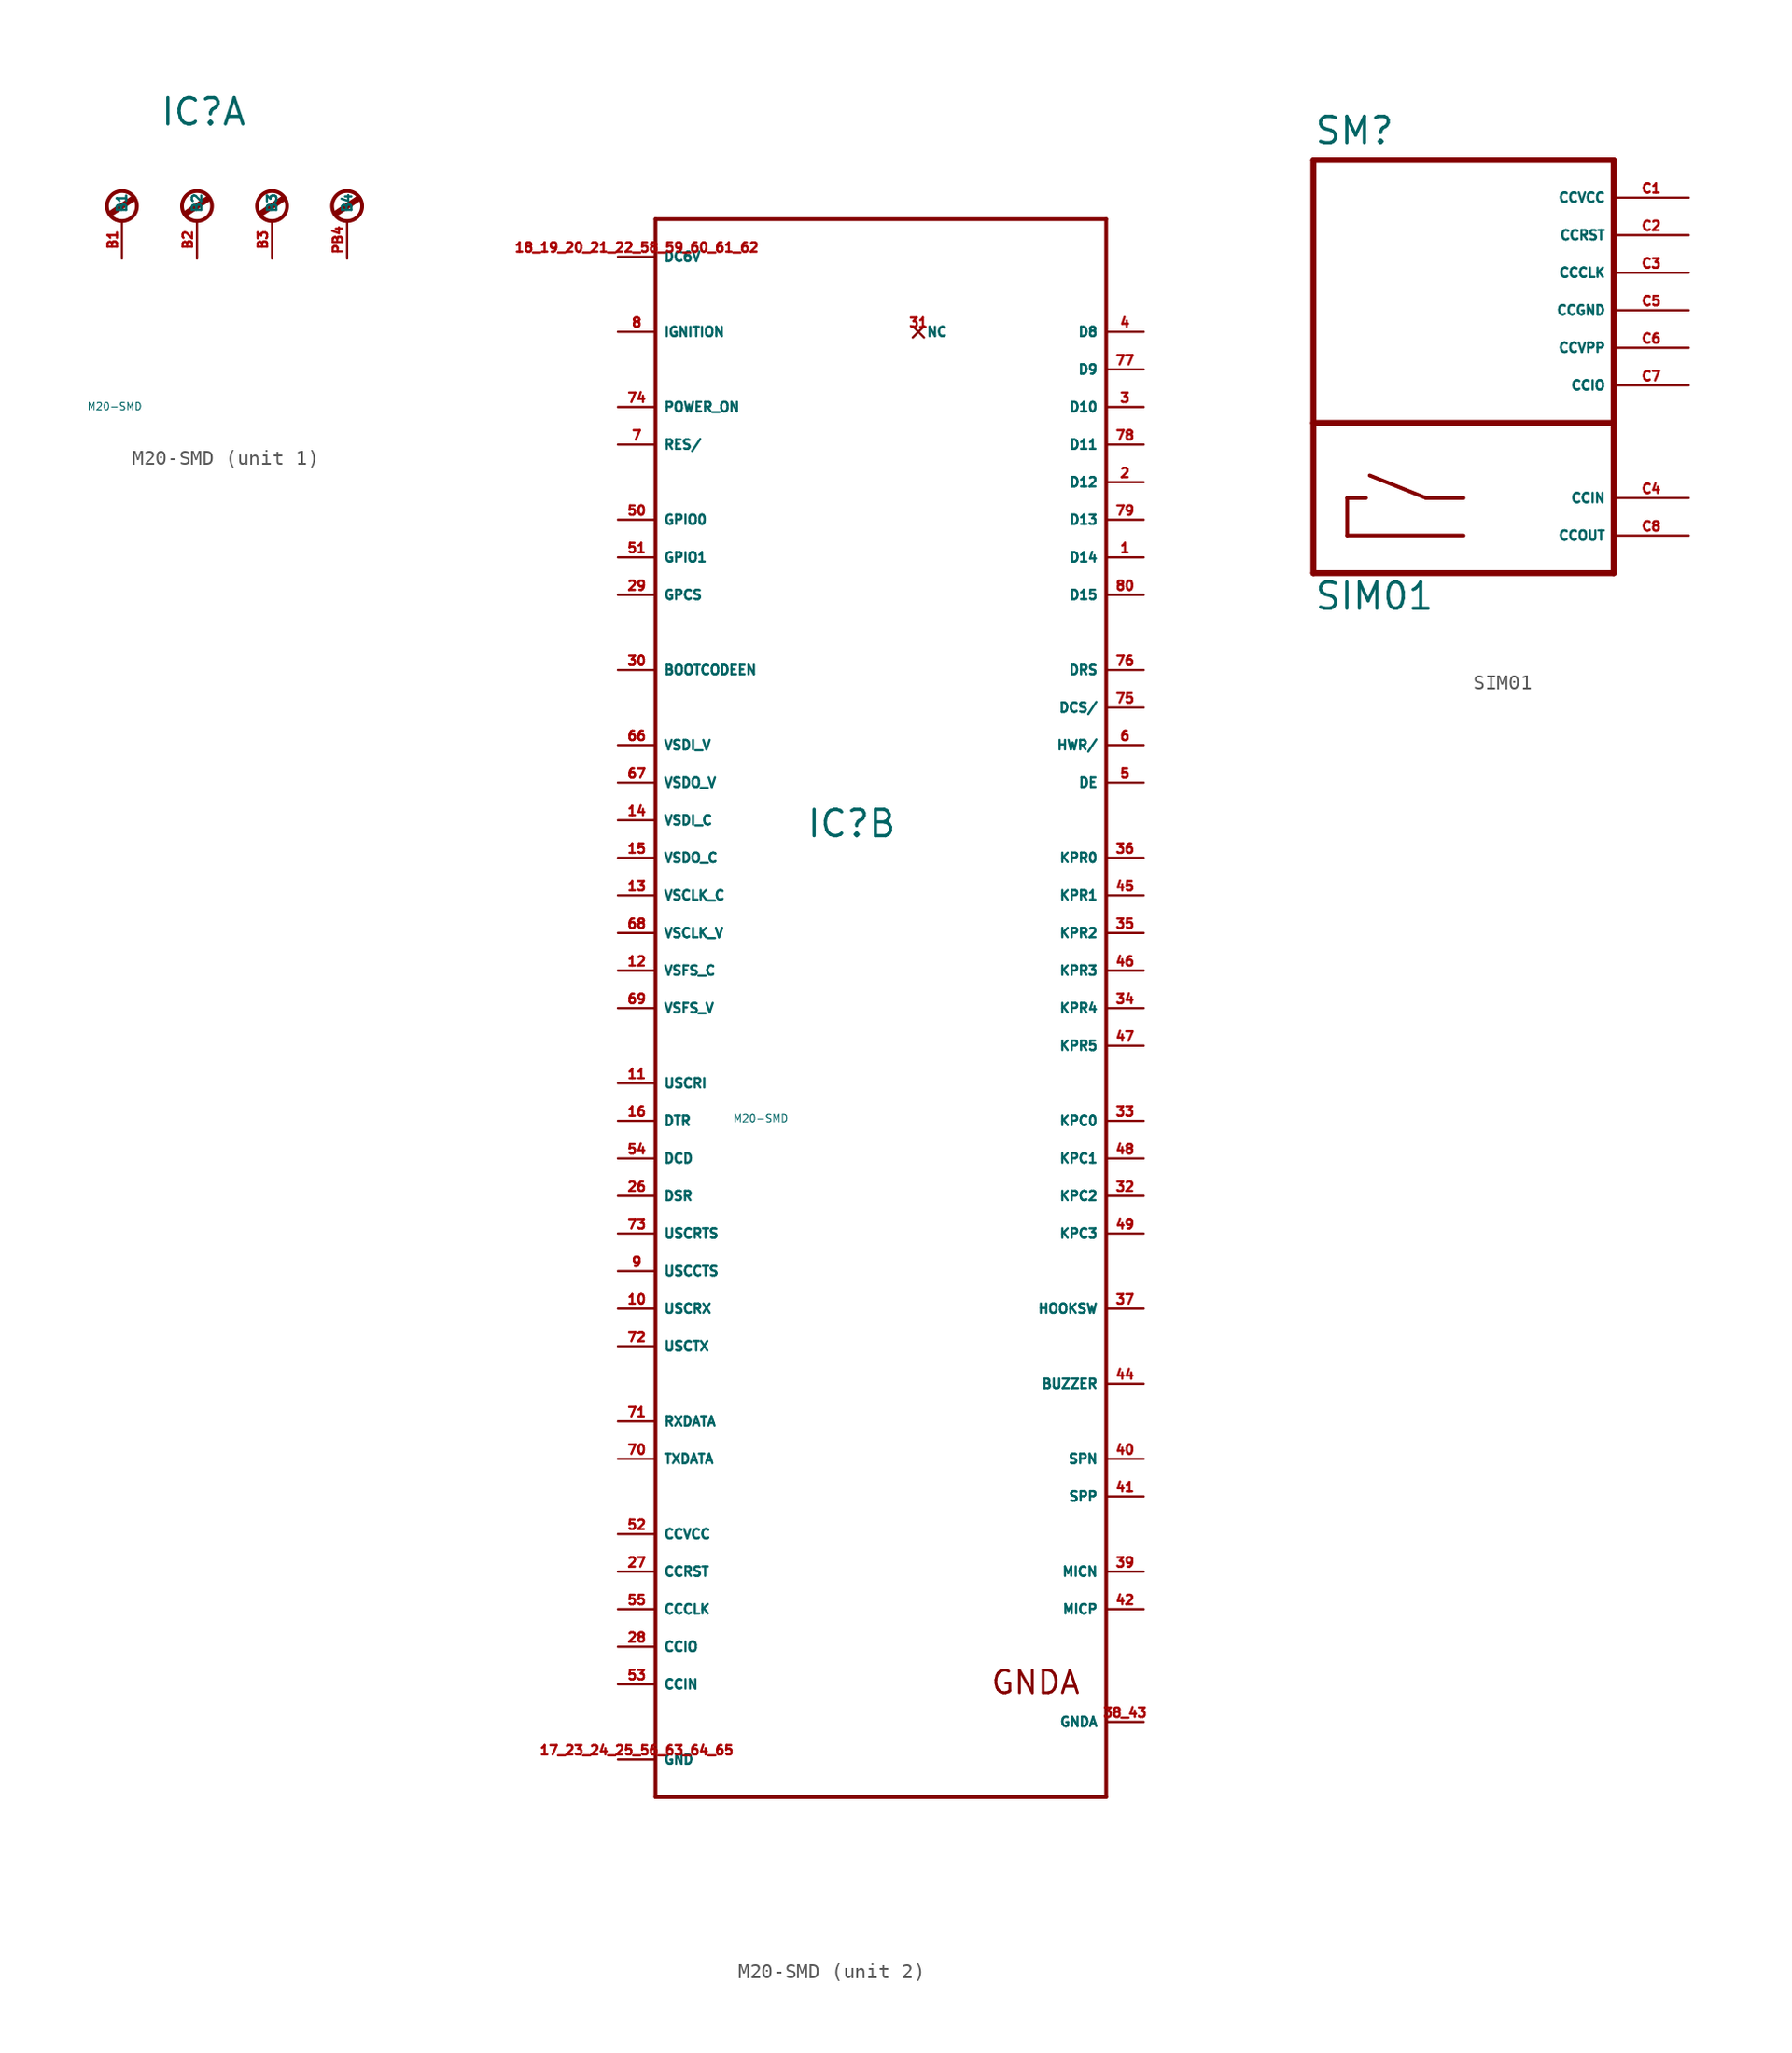
<source format=kicad_sym>
(kicad_symbol_lib
  (version 20220914)
  (generator Eagle2Kicad)
  (symbol "M20-SMD"
    (property "Reference" "IC"
      (at -5.08 8.89 0)
      (effects (font (size 1.778 1.778) (thickness 0.22)) (justify left bottom)))
    (property "Value" "M20-SMD"
      (at -10 -10 0)
      (effects (font (size 0.5 0.5) (thickness 0.06)) (justify left)))
    (symbol "M20-SMD_1_0"
      (polyline (pts (xy -8.382 3.048) (xy -6.858 4.064)) (stroke (width 0.406) (type default)) (fill (type none)))
      (polyline (pts (xy -3.302 3.048) (xy -1.778 4.064)) (stroke (width 0.406) (type default)) (fill (type none)))
      (polyline (pts (xy 1.778 3.048) (xy 3.302 4.064)) (stroke (width 0.406) (type default)) (fill (type none)))
      (polyline (pts (xy 6.858 3.048) (xy 8.382 4.064)) (stroke (width 0.406) (type default)) (fill (type none)))
      (circle (center -7.62 3.556) (radius 1.016) (stroke (width 0.254) (type default)) (fill (type none)))
      (circle (center -2.54 3.556) (radius 1.016) (stroke (width 0.254) (type default)) (fill (type none)))
      (circle (center 2.54 3.556) (radius 1.016) (stroke (width 0.254) (type default)) (fill (type none)))
      (circle (center 7.62 3.556) (radius 1.016) (stroke (width 0.254) (type default)) (fill (type none)))
      (pin passive line (at -7.62 0 90) (length 2.54) (name "B1" (effects (font (size 0.635 0.635) (thickness 0.08)) (justify left bottom))) (number "B1" (effects (font (size 0.635 0.635) (thickness 0.08)) (justify left bottom))))
      (pin passive line (at -2.54 0 90) (length 2.54) (name "B2" (effects (font (size 0.635 0.635) (thickness 0.08)) (justify left bottom))) (number "B2" (effects (font (size 0.635 0.635) (thickness 0.08)) (justify left bottom))))
      (pin passive line (at 2.54 0 90) (length 2.54) (name "B3" (effects (font (size 0.635 0.635) (thickness 0.08)) (justify left bottom))) (number "B3" (effects (font (size 0.635 0.635) (thickness 0.08)) (justify left bottom))))
      (pin passive line (at 7.62 0 90) (length 2.54) (name "B4" (effects (font (size 0.635 0.635) (thickness 0.08)) (justify left bottom))) (number "PB4" (effects (font (size 0.635 0.635) (thickness 0.08)) (justify left bottom)))))
    (symbol "M20-SMD_2_0"
      (polyline (pts (xy -15.24 50.8) (xy 15.24 50.8)) (stroke (width 0.254) (type default)) (fill (type none)))
      (polyline (pts (xy 15.24 50.8) (xy 15.24 -55.88)) (stroke (width 0.254) (type default)) (fill (type none)))
      (polyline (pts (xy 15.24 -55.88) (xy -15.24 -55.88)) (stroke (width 0.254) (type default)) (fill (type none)))
      (polyline (pts (xy -15.24 -55.88) (xy -15.24 50.8)) (stroke (width 0.254) (type default)) (fill (type none)))
      (text "GNDA" (at 7.366 -49.022 0) (effects (font (size 1.524 1.524) (thickness 0.19)) (justify left bottom)))
      (pin input line (at -17.78 27.94 0) (length 2.54) (name "GPIO1" (effects (font (size 0.635 0.635) (thickness 0.08)) (justify left bottom))) (number "51" (effects (font (size 0.635 0.635) (thickness 0.08)) (justify left bottom))))
      (pin input line (at -17.78 30.48 0) (length 2.54) (name "GPIO0" (effects (font (size 0.635 0.635) (thickness 0.08)) (justify left bottom))) (number "50" (effects (font (size 0.635 0.635) (thickness 0.08)) (justify left bottom))))
      (pin input line (at -17.78 20.32 0) (length 2.54) (name "BOOTCODEEN" (effects (font (size 0.635 0.635) (thickness 0.08)) (justify left bottom))) (number "30" (effects (font (size 0.635 0.635) (thickness 0.08)) (justify left bottom))))
      (pin output line (at 17.78 -35.56 180) (length 2.54) (name "SPP" (effects (font (size 0.635 0.635) (thickness 0.08)) (justify left bottom))) (number "41" (effects (font (size 0.635 0.635) (thickness 0.08)) (justify left bottom))))
      (pin output line (at 17.78 -33.02 180) (length 2.54) (name "SPN" (effects (font (size 0.635 0.635) (thickness 0.08)) (justify left bottom))) (number "40" (effects (font (size 0.635 0.635) (thickness 0.08)) (justify left bottom))))
      (pin input line (at 17.78 -43.18 180) (length 2.54) (name "MICP" (effects (font (size 0.635 0.635) (thickness 0.08)) (justify left bottom))) (number "42" (effects (font (size 0.635 0.635) (thickness 0.08)) (justify left bottom))))
      (pin input line (at 17.78 -40.64 180) (length 2.54) (name "MICN" (effects (font (size 0.635 0.635) (thickness 0.08)) (justify left bottom))) (number "39" (effects (font (size 0.635 0.635) (thickness 0.08)) (justify left bottom))))
      (pin input line (at 17.78 -22.86 180) (length 2.54) (name "HOOKSW" (effects (font (size 0.635 0.635) (thickness 0.08)) (justify left bottom))) (number "37" (effects (font (size 0.635 0.635) (thickness 0.08)) (justify left bottom))))
      (pin input line (at -17.78 15.24 0) (length 2.54) (name "VSDI_V" (effects (font (size 0.635 0.635) (thickness 0.08)) (justify left bottom))) (number "66" (effects (font (size 0.635 0.635) (thickness 0.08)) (justify left bottom))))
      (pin output line (at -17.78 7.62 0) (length 2.54) (name "VSDO_C" (effects (font (size 0.635 0.635) (thickness 0.08)) (justify left bottom))) (number "15" (effects (font (size 0.635 0.635) (thickness 0.08)) (justify left bottom))))
      (pin output line (at -17.78 12.7 0) (length 2.54) (name "VSDO_V" (effects (font (size 0.635 0.635) (thickness 0.08)) (justify left bottom))) (number "67" (effects (font (size 0.635 0.635) (thickness 0.08)) (justify left bottom))))
      (pin input line (at -17.78 10.16 0) (length 2.54) (name "VSDI_C" (effects (font (size 0.635 0.635) (thickness 0.08)) (justify left bottom))) (number "14" (effects (font (size 0.635 0.635) (thickness 0.08)) (justify left bottom))))
      (pin output line (at -17.78 2.54 0) (length 2.54) (name "VSCLK_V" (effects (font (size 0.635 0.635) (thickness 0.08)) (justify left bottom))) (number "68" (effects (font (size 0.635 0.635) (thickness 0.08)) (justify left bottom))))
      (pin input line (at -17.78 5.08 0) (length 2.54) (name "VSCLK_C" (effects (font (size 0.635 0.635) (thickness 0.08)) (justify left bottom))) (number "13" (effects (font (size 0.635 0.635) (thickness 0.08)) (justify left bottom))))
      (pin output line (at -17.78 -2.54 0) (length 2.54) (name "VSFS_V" (effects (font (size 0.635 0.635) (thickness 0.08)) (justify left bottom))) (number "69" (effects (font (size 0.635 0.635) (thickness 0.08)) (justify left bottom))))
      (pin input line (at -17.78 0 0) (length 2.54) (name "VSFS_C" (effects (font (size 0.635 0.635) (thickness 0.08)) (justify left bottom))) (number "12" (effects (font (size 0.635 0.635) (thickness 0.08)) (justify left bottom))))
      (pin bidirectional line (at -17.78 -45.72 0) (length 2.54) (name "CCIO" (effects (font (size 0.635 0.635) (thickness 0.08)) (justify left bottom))) (number "28" (effects (font (size 0.635 0.635) (thickness 0.08)) (justify left bottom))))
      (pin output line (at -17.78 -40.64 0) (length 2.54) (name "CCRST" (effects (font (size 0.635 0.635) (thickness 0.08)) (justify left bottom))) (number "27" (effects (font (size 0.635 0.635) (thickness 0.08)) (justify left bottom))))
      (pin output line (at -17.78 -43.18 0) (length 2.54) (name "CCCLK" (effects (font (size 0.635 0.635) (thickness 0.08)) (justify left bottom))) (number "55" (effects (font (size 0.635 0.635) (thickness 0.08)) (justify left bottom))))
      (pin input line (at -17.78 -48.26 0) (length 2.54) (name "CCIN" (effects (font (size 0.635 0.635) (thickness 0.08)) (justify left bottom))) (number "53" (effects (font (size 0.635 0.635) (thickness 0.08)) (justify left bottom))))
      (pin output line (at -17.78 -38.1 0) (length 2.54) (name "CCVCC" (effects (font (size 0.635 0.635) (thickness 0.08)) (justify left bottom))) (number "52" (effects (font (size 0.635 0.635) (thickness 0.08)) (justify left bottom))))
      (pin output line (at -17.78 -7.62 0) (length 2.54) (name "USCRI" (effects (font (size 0.635 0.635) (thickness 0.08)) (justify left bottom))) (number "11" (effects (font (size 0.635 0.635) (thickness 0.08)) (justify left bottom))))
      (pin input line (at -17.78 -30.48 0) (length 2.54) (name "RXDATA" (effects (font (size 0.635 0.635) (thickness 0.08)) (justify left bottom))) (number "71" (effects (font (size 0.635 0.635) (thickness 0.08)) (justify left bottom))))
      (pin output line (at -17.78 -12.7 0) (length 2.54) (name "DCD" (effects (font (size 0.635 0.635) (thickness 0.08)) (justify left bottom))) (number "54" (effects (font (size 0.635 0.635) (thickness 0.08)) (justify left bottom))))
      (pin input line (at -17.78 -10.16 0) (length 2.54) (name "DTR" (effects (font (size 0.635 0.635) (thickness 0.08)) (justify left bottom))) (number "16" (effects (font (size 0.635 0.635) (thickness 0.08)) (justify left bottom))))
      (pin input line (at -17.78 -20.32 0) (length 2.54) (name "USCCTS" (effects (font (size 0.635 0.635) (thickness 0.08)) (justify left bottom))) (number "9" (effects (font (size 0.635 0.635) (thickness 0.08)) (justify left bottom))))
      (pin output line (at -17.78 -17.78 0) (length 2.54) (name "USCRTS" (effects (font (size 0.635 0.635) (thickness 0.08)) (justify left bottom))) (number "73" (effects (font (size 0.635 0.635) (thickness 0.08)) (justify left bottom))))
      (pin output line (at -17.78 -25.4 0) (length 2.54) (name "USCTX" (effects (font (size 0.635 0.635) (thickness 0.08)) (justify left bottom))) (number "72" (effects (font (size 0.635 0.635) (thickness 0.08)) (justify left bottom))))
      (pin input line (at -17.78 -22.86 0) (length 2.54) (name "USCRX" (effects (font (size 0.635 0.635) (thickness 0.08)) (justify left bottom))) (number "10" (effects (font (size 0.635 0.635) (thickness 0.08)) (justify left bottom))))
      (pin output line (at -17.78 38.1 0) (length 2.54) (name "POWER_ON" (effects (font (size 0.635 0.635) (thickness 0.08)) (justify left bottom))) (number "74" (effects (font (size 0.635 0.635) (thickness 0.08)) (justify left bottom))))
      (pin input line (at -17.78 43.18 0) (length 2.54) (name "IGNITION" (effects (font (size 0.635 0.635) (thickness 0.08)) (justify left bottom))) (number "8" (effects (font (size 0.635 0.635) (thickness 0.08)) (justify left bottom))))
      (pin output line (at -17.78 35.56 0) (length 2.54) (name "RES/" (effects (font (size 0.635 0.635) (thickness 0.08)) (justify left bottom))) (number "7" (effects (font (size 0.635 0.635) (thickness 0.08)) (justify left bottom))))
      (pin unspecified line (at -17.78 -53.34 0) (length 2.54) (name "GND" (effects (font (size 0.635 0.635) (thickness 0.08)) (justify left bottom))) (number "17 23 24 25 56 63 64 65" (effects (font (size 0.635 0.635) (thickness 0.08)) (justify left bottom))))
      (pin unspecified line (at -17.78 48.26 0) (length 2.54) (name "DC6V" (effects (font (size 0.635 0.635) (thickness 0.08)) (justify left bottom))) (number "18 19 20 21 22 58 59 60 61 62" (effects (font (size 0.635 0.635) (thickness 0.08)) (justify left bottom))))
      (pin unspecified line (at 17.78 -50.8 180) (length 2.54) (name "GNDA" (effects (font (size 0.635 0.635) (thickness 0.08)) (justify left bottom))) (number "38 43" (effects (font (size 0.635 0.635) (thickness 0.08)) (justify left bottom))))
      (pin bidirectional line (at 17.78 43.18 180) (length 2.54) (name "D8" (effects (font (size 0.635 0.635) (thickness 0.08)) (justify left bottom))) (number "4" (effects (font (size 0.635 0.635) (thickness 0.08)) (justify left bottom))))
      (pin bidirectional line (at 17.78 40.64 180) (length 2.54) (name "D9" (effects (font (size 0.635 0.635) (thickness 0.08)) (justify left bottom))) (number "77" (effects (font (size 0.635 0.635) (thickness 0.08)) (justify left bottom))))
      (pin bidirectional line (at 17.78 38.1 180) (length 2.54) (name "D10" (effects (font (size 0.635 0.635) (thickness 0.08)) (justify left bottom))) (number "3" (effects (font (size 0.635 0.635) (thickness 0.08)) (justify left bottom))))
      (pin bidirectional line (at 17.78 35.56 180) (length 2.54) (name "D11" (effects (font (size 0.635 0.635) (thickness 0.08)) (justify left bottom))) (number "78" (effects (font (size 0.635 0.635) (thickness 0.08)) (justify left bottom))))
      (pin bidirectional line (at 17.78 33.02 180) (length 2.54) (name "D12" (effects (font (size 0.635 0.635) (thickness 0.08)) (justify left bottom))) (number "2" (effects (font (size 0.635 0.635) (thickness 0.08)) (justify left bottom))))
      (pin bidirectional line (at 17.78 30.48 180) (length 2.54) (name "D13" (effects (font (size 0.635 0.635) (thickness 0.08)) (justify left bottom))) (number "79" (effects (font (size 0.635 0.635) (thickness 0.08)) (justify left bottom))))
      (pin bidirectional line (at 17.78 27.94 180) (length 2.54) (name "D14" (effects (font (size 0.635 0.635) (thickness 0.08)) (justify left bottom))) (number "1" (effects (font (size 0.635 0.635) (thickness 0.08)) (justify left bottom))))
      (pin bidirectional line (at 17.78 25.4 180) (length 2.54) (name "D15" (effects (font (size 0.635 0.635) (thickness 0.08)) (justify left bottom))) (number "80" (effects (font (size 0.635 0.635) (thickness 0.08)) (justify left bottom))))
      (pin output line (at 17.78 12.7 180) (length 2.54) (name "DE" (effects (font (size 0.635 0.635) (thickness 0.08)) (justify left bottom))) (number "5" (effects (font (size 0.635 0.635) (thickness 0.08)) (justify left bottom))))
      (pin output line (at 17.78 15.24 180) (length 2.54) (name "HWR/" (effects (font (size 0.635 0.635) (thickness 0.08)) (justify left bottom))) (number "6" (effects (font (size 0.635 0.635) (thickness 0.08)) (justify left bottom))))
      (pin output line (at 17.78 17.78 180) (length 2.54) (name "DCS/" (effects (font (size 0.635 0.635) (thickness 0.08)) (justify left bottom))) (number "75" (effects (font (size 0.635 0.635) (thickness 0.08)) (justify left bottom))))
      (pin output line (at -17.78 -33.02 0) (length 2.54) (name "TXDATA" (effects (font (size 0.635 0.635) (thickness 0.08)) (justify left bottom))) (number "70" (effects (font (size 0.635 0.635) (thickness 0.08)) (justify left bottom))))
      (pin output line (at 17.78 -10.16 180) (length 2.54) (name "KPC0" (effects (font (size 0.635 0.635) (thickness 0.08)) (justify left bottom))) (number "33" (effects (font (size 0.635 0.635) (thickness 0.08)) (justify left bottom))))
      (pin output line (at 17.78 -12.7 180) (length 2.54) (name "KPC1" (effects (font (size 0.635 0.635) (thickness 0.08)) (justify left bottom))) (number "48" (effects (font (size 0.635 0.635) (thickness 0.08)) (justify left bottom))))
      (pin output line (at 17.78 -15.24 180) (length 2.54) (name "KPC2" (effects (font (size 0.635 0.635) (thickness 0.08)) (justify left bottom))) (number "32" (effects (font (size 0.635 0.635) (thickness 0.08)) (justify left bottom))))
      (pin output line (at 17.78 -17.78 180) (length 2.54) (name "KPC3" (effects (font (size 0.635 0.635) (thickness 0.08)) (justify left bottom))) (number "49" (effects (font (size 0.635 0.635) (thickness 0.08)) (justify left bottom))))
      (pin input line (at 17.78 7.62 180) (length 2.54) (name "KPR0" (effects (font (size 0.635 0.635) (thickness 0.08)) (justify left bottom))) (number "36" (effects (font (size 0.635 0.635) (thickness 0.08)) (justify left bottom))))
      (pin input line (at 17.78 5.08 180) (length 2.54) (name "KPR1" (effects (font (size 0.635 0.635) (thickness 0.08)) (justify left bottom))) (number "45" (effects (font (size 0.635 0.635) (thickness 0.08)) (justify left bottom))))
      (pin input line (at 17.78 2.54 180) (length 2.54) (name "KPR2" (effects (font (size 0.635 0.635) (thickness 0.08)) (justify left bottom))) (number "35" (effects (font (size 0.635 0.635) (thickness 0.08)) (justify left bottom))))
      (pin input line (at 17.78 0 180) (length 2.54) (name "KPR3" (effects (font (size 0.635 0.635) (thickness 0.08)) (justify left bottom))) (number "46" (effects (font (size 0.635 0.635) (thickness 0.08)) (justify left bottom))))
      (pin input line (at 17.78 -2.54 180) (length 2.54) (name "KPR4" (effects (font (size 0.635 0.635) (thickness 0.08)) (justify left bottom))) (number "34" (effects (font (size 0.635 0.635) (thickness 0.08)) (justify left bottom))))
      (pin input line (at 17.78 -5.08 180) (length 2.54) (name "KPR5" (effects (font (size 0.635 0.635) (thickness 0.08)) (justify left bottom))) (number "47" (effects (font (size 0.635 0.635) (thickness 0.08)) (justify left bottom))))
      (pin output line (at 17.78 -27.94 180) (length 2.54) (name "BUZZER" (effects (font (size 0.635 0.635) (thickness 0.08)) (justify left bottom))) (number "44" (effects (font (size 0.635 0.635) (thickness 0.08)) (justify left bottom))))
      (pin output line (at -17.78 25.4 0) (length 2.54) (name "GPCS" (effects (font (size 0.635 0.635) (thickness 0.08)) (justify left bottom))) (number "29" (effects (font (size 0.635 0.635) (thickness 0.08)) (justify left bottom))))
      (pin output line (at 17.78 20.32 180) (length 2.54) (name "DRS" (effects (font (size 0.635 0.635) (thickness 0.08)) (justify left bottom))) (number "76" (effects (font (size 0.635 0.635) (thickness 0.08)) (justify left bottom))))
      (pin no_connect line (at 2.54 43.18 0) (length 0) (name "NC" (effects (font (size 0.635 0.635) (thickness 0.08)) (justify left bottom) hide)) (number "31" (effects (font (size 0.635 0.635) (thickness 0.08)) (justify left bottom) hide)))
      (pin output line (at -17.78 -15.24 0) (length 2.54) (name "DSR" (effects (font (size 0.635 0.635) (thickness 0.08)) (justify left bottom))) (number "26" (effects (font (size 0.635 0.635) (thickness 0.08)) (justify left bottom))))))
  (symbol "SIM01"
    (property "Reference" "SM"
      (at -10.16 18.733 0)
      (effects (font (size 1.778 1.778) (thickness 0.22)) (justify left bottom)))
    (property "Value" "SIM01"
      (at -10.16 -12.764 0)
      (effects (font (size 1.778 1.778) (thickness 0.22)) (justify left bottom)))
    (polyline
      (pts (xy 10.16 17.78) (xy 10.16 0))
      (stroke (width 0.406) (type default))
      (fill (type none)))
    (polyline
      (pts (xy 10.16 0) (xy 10.16 -10.16))
      (stroke (width 0.406) (type default))
      (fill (type none)))
    (polyline
      (pts (xy 10.16 -10.16) (xy -10.16 -10.16))
      (stroke (width 0.406) (type default))
      (fill (type none)))
    (polyline
      (pts (xy -10.16 -10.16) (xy -10.16 0))
      (stroke (width 0.406) (type default))
      (fill (type none)))
    (polyline
      (pts (xy -10.16 0) (xy -10.16 17.78))
      (stroke (width 0.406) (type default))
      (fill (type none)))
    (polyline
      (pts (xy -10.16 17.78) (xy 10.16 17.78))
      (stroke (width 0.406) (type default))
      (fill (type none)))
    (polyline
      (pts (xy 0 -5.08) (xy -2.54 -5.08))
      (stroke (width 0.254) (type default))
      (fill (type none)))
    (polyline
      (pts (xy -2.54 -5.08) (xy -6.35 -3.556))
      (stroke (width 0.254) (type default))
      (fill (type none)))
    (polyline
      (pts (xy -6.604 -5.08) (xy -7.874 -5.08))
      (stroke (width 0.254) (type default))
      (fill (type none)))
    (polyline
      (pts (xy -7.874 -5.08) (xy -7.874 -7.62))
      (stroke (width 0.254) (type default))
      (fill (type none)))
    (polyline
      (pts (xy -7.874 -7.62) (xy 0 -7.62))
      (stroke (width 0.254) (type default))
      (fill (type none)))
    (polyline
      (pts (xy -10.16 0) (xy 10.16 0))
      (stroke (width 0.406) (type default))
      (fill (type none)))
    (pin passive line
      (at 15.24 15.24 180)
      (length 5.08)
      (name "CCVCC" (effects (font (size 0.635 0.635) (thickness 0.08)) (justify left bottom)))
      (number "C1" (effects (font (size 0.635 0.635) (thickness 0.08)) (justify left bottom))))
    (pin passive line
      (at 15.24 12.7 180)
      (length 5.08)
      (name "CCRST" (effects (font (size 0.635 0.635) (thickness 0.08)) (justify left bottom)))
      (number "C2" (effects (font (size 0.635 0.635) (thickness 0.08)) (justify left bottom))))
    (pin passive line
      (at 15.24 10.16 180)
      (length 5.08)
      (name "CCCLK" (effects (font (size 0.635 0.635) (thickness 0.08)) (justify left bottom)))
      (number "C3" (effects (font (size 0.635 0.635) (thickness 0.08)) (justify left bottom))))
    (pin passive line
      (at 15.24 7.62 180)
      (length 5.08)
      (name "CCGND" (effects (font (size 0.635 0.635) (thickness 0.08)) (justify left bottom)))
      (number "C5" (effects (font (size 0.635 0.635) (thickness 0.08)) (justify left bottom))))
    (pin passive line
      (at 15.24 5.08 180)
      (length 5.08)
      (name "CCVPP" (effects (font (size 0.635 0.635) (thickness 0.08)) (justify left bottom)))
      (number "C6" (effects (font (size 0.635 0.635) (thickness 0.08)) (justify left bottom))))
    (pin passive line
      (at 15.24 2.54 180)
      (length 5.08)
      (name "CCIO" (effects (font (size 0.635 0.635) (thickness 0.08)) (justify left bottom)))
      (number "C7" (effects (font (size 0.635 0.635) (thickness 0.08)) (justify left bottom))))
    (pin passive line
      (at 15.24 -5.08 180)
      (length 5.08)
      (name "CCIN" (effects (font (size 0.635 0.635) (thickness 0.08)) (justify left bottom)))
      (number "C4" (effects (font (size 0.635 0.635) (thickness 0.08)) (justify left bottom))))
    (pin passive line
      (at 15.24 -7.62 180)
      (length 5.08)
      (name "CCOUT" (effects (font (size 0.635 0.635) (thickness 0.08)) (justify left bottom)))
      (number "C8" (effects (font (size 0.635 0.635) (thickness 0.08)) (justify left bottom))))))
</source>
